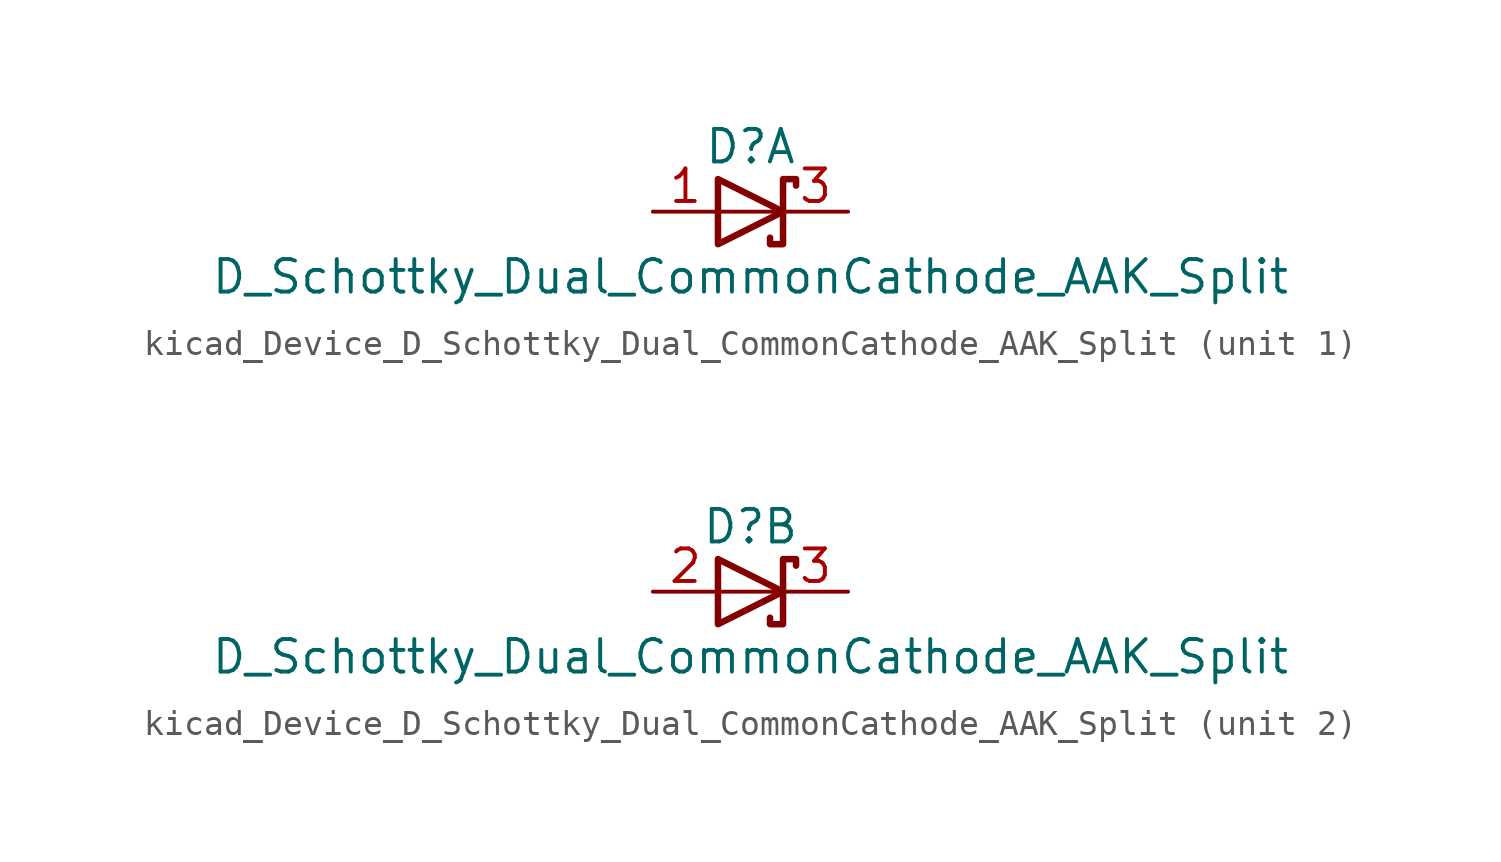
<source format=kicad_sym>
(kicad_symbol_lib
  (version 20220914)
  (generator kicad_symbol_editor)
  (symbol "kicad_Device_D_Schottky_Dual_CommonCathode_AAK_Split"
    (pin_names
      (offset 0.762) hide)
    (property "Reference" "D"
      (at 0 2.54 0)
      (effects (font (size 1.27 1.27))))
    (property "Value" "D_Schottky_Dual_CommonCathode_AAK_Split"
      (at 0 -2.54 0)
      (effects (font (size 1.27 1.27))))
    (property "ki_locked" ""
      (at 0 0 0)
      (effects (font (size 1.27 1.27))))
    (symbol "kicad_Device_D_Schottky_Dual_CommonCathode_AAK_Split_0_1"
      (polyline (pts (xy 1.27 0) (xy -1.27 0)) (stroke (width 0) (type default)) (fill (type none)))
      (polyline (pts (xy -1.27 1.27) (xy 1.27 0) (xy -1.27 -1.27) (xy -1.27 1.27) (xy -1.27 1.27) (xy -1.27 1.27)) (stroke (width 0.254) (type default)) (fill (type none)))
      (polyline (pts (xy 1.778 1.016) (xy 1.778 1.27) (xy 1.27 1.27) (xy 1.27 -1.27) (xy 0.762 -1.27) (xy 0.762 -1.016)) (stroke (width 0.254) (type default)) (fill (type none)))
      (pin passive line (at 3.81 0 180) (length 2.54) (name "K" (effects (font (size 1.27 1.27)))) (number "3" (effects (font (size 1.27 1.27))))))
    (symbol "kicad_Device_D_Schottky_Dual_CommonCathode_AAK_Split_1_1"
      (pin passive line (at -3.81 0 0) (length 2.54) (name "A" (effects (font (size 1.27 1.27)))) (number "1" (effects (font (size 1.27 1.27))))))
    (symbol "kicad_Device_D_Schottky_Dual_CommonCathode_AAK_Split_2_1"
      (pin passive line (at -3.81 0 0) (length 2.54) (name "K" (effects (font (size 1.27 1.27)))) (number "2" (effects (font (size 1.27 1.27))))))))
</source>
